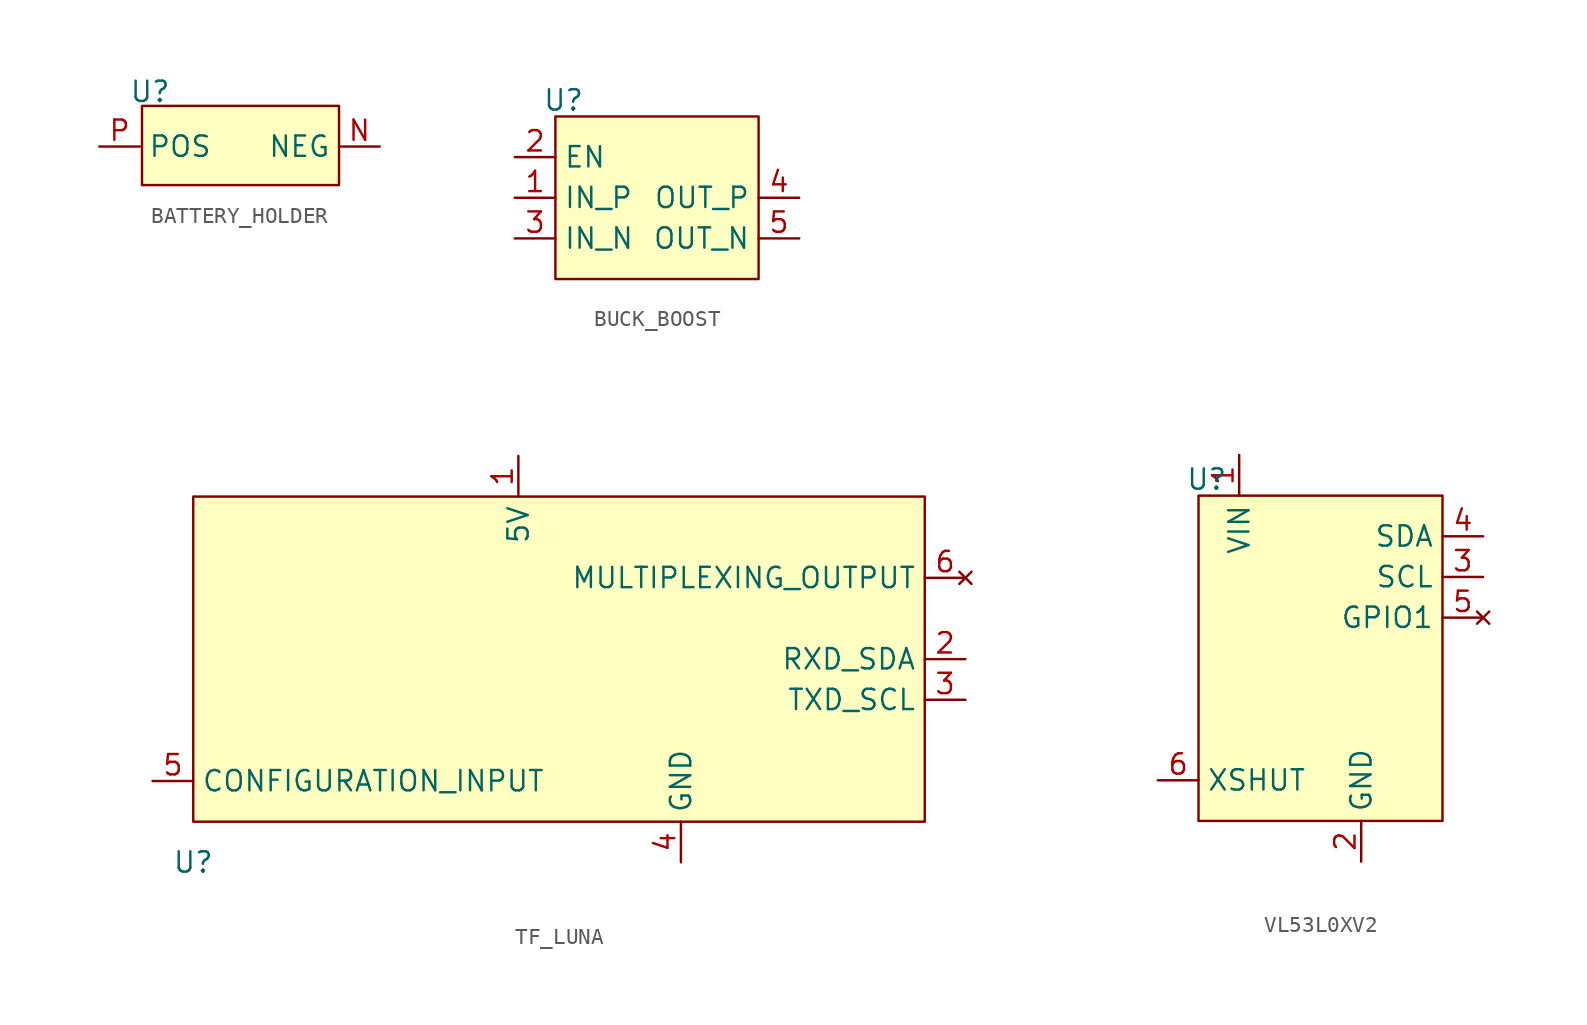
<source format=kicad_sym>
(kicad_symbol_lib
  (version 20220914)
  (generator kicad_symbol_editor)
  (symbol "BATTERY_HOLDER"
    (property "Reference" "U"
      (at 0.508 5.842 0)
      (effects (font (size 1.27 1.27))))
    (property "Value" ""
      (at 0 0 0)
      (effects (font (size 1.27 1.27))))
    (symbol "BATTERY_HOLDER_1_1"
      (rectangle (start 0 4.953) (end 12.319 0) (stroke (width 0) (type default)) (fill (type background)))
      (pin power_out line (at 14.859 2.413 180) (length 2.54) (name "NEG" (effects (font (size 1.27 1.27)))) (number "N" (effects (font (size 1.27 1.27)))))
      (pin power_out line (at -2.667 2.413 0) (length 2.54) (name "POS" (effects (font (size 1.27 1.27)))) (number "P" (effects (font (size 1.27 1.27)))))))
  (symbol "BUCK_BOOST"
    (property "Reference" "U"
      (at 0.508 11.176 0)
      (effects (font (size 1.27 1.27))))
    (property "Value" ""
      (at 0 0 0)
      (effects (font (size 1.27 1.27))))
    (symbol "BUCK_BOOST_1_1"
      (rectangle (start 0 10.16) (end 12.7 0) (stroke (width 0) (type default)) (fill (type background)))
      (pin power_in line (at -2.54 5.08 0) (length 2.54) (name "IN_P" (effects (font (size 1.27 1.27)))) (number "1" (effects (font (size 1.27 1.27)))))
      (pin input line (at -2.54 7.62 0) (length 2.54) (name "EN" (effects (font (size 1.27 1.27)))) (number "2" (effects (font (size 1.27 1.27)))))
      (pin power_in line (at -2.54 2.54 0) (length 2.54) (name "IN_N" (effects (font (size 1.27 1.27)))) (number "3" (effects (font (size 1.27 1.27)))))
      (pin power_out line (at 15.24 5.08 180) (length 2.54) (name "OUT_P" (effects (font (size 1.27 1.27)))) (number "4" (effects (font (size 1.27 1.27)))))
      (pin power_out line (at 15.24 2.54 180) (length 2.54) (name "OUT_N" (effects (font (size 1.27 1.27)))) (number "5" (effects (font (size 1.27 1.27)))))))
  (symbol "TF_LUNA"
    (property "Reference" "U"
      (at 0 -2.54 0)
      (effects (font (size 1.27 1.27))))
    (property "Value" ""
      (at 0 0 0)
      (effects (font (size 1.27 1.27))))
    (symbol "TF_LUNA_1_1"
      (rectangle (start 0 20.32) (end 45.72 0) (stroke (width 0) (type default)) (fill (type background)))
      (pin power_in line (at 20.32 22.86 270) (length 2.54) (name "5V" (effects (font (size 1.27 1.27)))) (number "1" (effects (font (size 1.27 1.27)))))
      (pin output line (at 48.26 10.16 180) (length 2.54) (name "RXD_SDA" (effects (font (size 1.27 1.27)))) (number "2" (effects (font (size 1.27 1.27)))))
      (pin output line (at 48.26 7.62 180) (length 2.54) (name "TXD_SCL" (effects (font (size 1.27 1.27)))) (number "3" (effects (font (size 1.27 1.27)))))
      (pin power_in line (at 30.48 -2.54 90) (length 2.54) (name "GND" (effects (font (size 1.27 1.27)))) (number "4" (effects (font (size 1.27 1.27)))))
      (pin input line (at -2.54 2.54 0) (length 2.54) (name "CONFIGURATION_INPUT" (effects (font (size 1.27 1.27)))) (number "5" (effects (font (size 1.27 1.27)))))
      (pin no_connect line (at 48.26 15.24 180) (length 2.54) (name "MULTIPLEXING_OUTPUT" (effects (font (size 1.27 1.27)))) (number "6" (effects (font (size 1.27 1.27)))))))
  (symbol "VL53L0XV2"
    (property "Reference" "U"
      (at 0.508 21.336 0)
      (effects (font (size 1.27 1.27))))
    (property "Value" ""
      (at 0 0 0)
      (effects (font (size 1.27 1.27))))
    (symbol "VL53L0XV2_1_1"
      (rectangle (start 0 20.32) (end 15.24 0) (stroke (width 0) (type default)) (fill (type background)))
      (pin power_in line (at 2.54 22.86 270) (length 2.54) (name "VIN" (effects (font (size 1.27 1.27)))) (number "1" (effects (font (size 1.27 1.27)))))
      (pin power_in line (at 10.16 -2.54 90) (length 2.54) (name "GND" (effects (font (size 1.27 1.27)))) (number "2" (effects (font (size 1.27 1.27)))))
      (pin bidirectional line (at 17.78 15.24 180) (length 2.54) (name "SCL" (effects (font (size 1.27 1.27)))) (number "3" (effects (font (size 1.27 1.27)))))
      (pin bidirectional line (at 17.78 17.78 180) (length 2.54) (name "SDA" (effects (font (size 1.27 1.27)))) (number "4" (effects (font (size 1.27 1.27)))))
      (pin no_connect line (at 17.78 12.7 180) (length 2.54) (name "GPIO1" (effects (font (size 1.27 1.27)))) (number "5" (effects (font (size 1.27 1.27)))))
      (pin input line (at -2.54 2.54 0) (length 2.54) (name "XSHUT" (effects (font (size 1.27 1.27)))) (number "6" (effects (font (size 1.27 1.27))))))))
</source>
